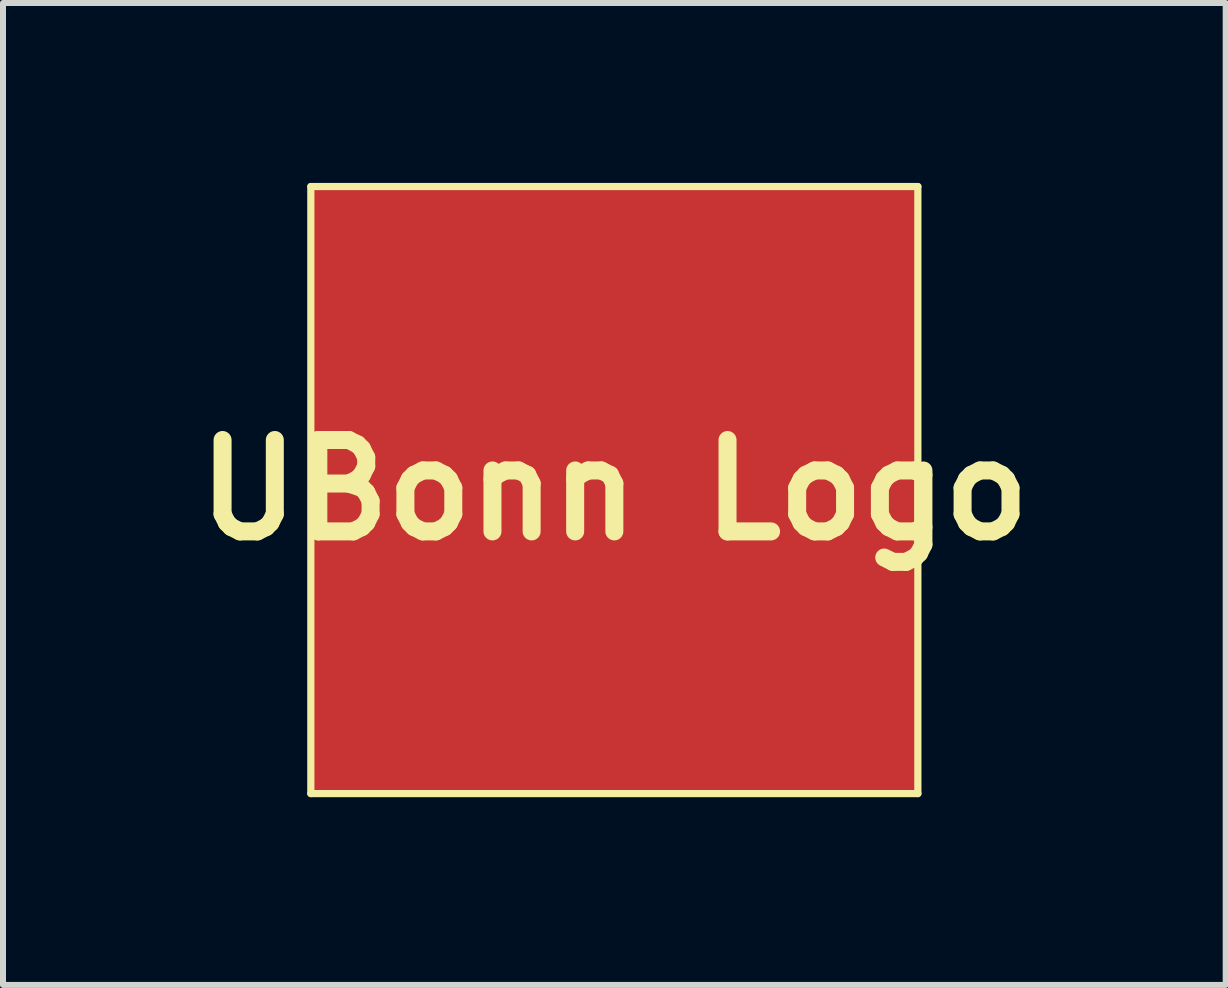
<source format=kicad_pcb>
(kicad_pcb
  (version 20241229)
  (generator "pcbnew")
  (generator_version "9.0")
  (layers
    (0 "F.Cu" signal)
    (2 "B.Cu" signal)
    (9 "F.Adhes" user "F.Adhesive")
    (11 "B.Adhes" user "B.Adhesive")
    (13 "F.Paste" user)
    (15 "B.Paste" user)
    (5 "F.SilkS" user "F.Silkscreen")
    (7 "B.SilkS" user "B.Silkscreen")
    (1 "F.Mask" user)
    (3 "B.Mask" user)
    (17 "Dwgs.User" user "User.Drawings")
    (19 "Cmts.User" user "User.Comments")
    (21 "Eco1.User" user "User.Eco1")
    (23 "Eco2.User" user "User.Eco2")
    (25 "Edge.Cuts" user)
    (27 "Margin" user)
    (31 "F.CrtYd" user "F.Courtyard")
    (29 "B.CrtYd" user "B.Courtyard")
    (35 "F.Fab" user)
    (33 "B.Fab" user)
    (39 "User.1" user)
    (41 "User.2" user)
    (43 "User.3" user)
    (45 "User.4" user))
  (footprint "UBonn Logo"
    (layer "F.Cu")
    (at 2.192 10.12)
    (property "Reference" "UBonn Logo" (at 5 -5 0) (layer "F.SilkS") (effects (font (size 1.524 1.524) (thickness 0.3))))
    (attr board_only exclude_from_bom)
    (fp_rect (start 0 -10) (end 10 0) (stroke (width 0.12) (type solid)) (fill yes) (layer "F.Cu"))
    (fp_poly (pts (xy 4.032 -6.446) (xy 4.024 -6.438) (xy 4.016 -6.446) (xy 4.024 -6.454) (xy 4.032 -6.446)) (stroke (width 0.01) (type solid)) (fill yes) (layer "F.Mask"))
    (fp_poly (pts (xy 4.143 -6.558) (xy 4.135 -6.55) (xy 4.127 -6.558) (xy 4.135 -6.566) (xy 4.143 -6.558)) (stroke (width 0.01) (type solid)) (fill yes) (layer "F.Mask"))
    (fp_poly (pts (xy 9.35 -3.802) (xy 9.064 -3.802) (xy 9.064 -5.559) (xy 9.35 -5.559) (xy 9.35 -3.802)) (stroke (width 0.01) (type solid)) (fill yes) (layer "F.Mask"))
    (fp_poly (pts (xy 0.091 -3.232) (xy 0.111 -3.232) (xy 0.162 -3.231) (xy 0.242 -3.231) (xy 0.351 -3.231) (xy 0.486 -3.231) (xy 0.647 -3.231) (xy 0.832 -3.23) (xy 1.04 -3.23) (xy 1.271 -3.23) (xy 1.522 -3.23) (xy 1.792 -3.229) (xy 2.081 -3.229) (xy 2.387 -3.229) (xy 2.708 -3.229) (xy 3.044 -3.229) (xy 3.394 -3.229) (xy 3.755 -3.228) (xy 4.128 -3.228) (xy 4.51 -3.228) (xy 4.901 -3.228) (xy 5.067 -3.228) (xy 9.985 -3.227) (xy 9.985 -2.828) (xy 5.008 -2.823) (xy 0.031 -2.819) (xy 0.031 -3.235) (xy 0.091 -3.232)) (stroke (width 0.01) (type solid)) (fill yes) (layer "F.Mask"))
    (fp_poly (pts (xy 5.782 -4.924) (xy 5.784 -4.754) (xy 5.786 -4.613) (xy 5.788 -4.498) (xy 5.792 -4.405) (xy 5.796 -4.331) (xy 5.803 -4.274) (xy 5.811 -4.229) (xy 5.822 -4.194) (xy 5.835 -4.166) (xy 5.852 -4.142) (xy 5.872 -4.117) (xy 5.874 -4.115) (xy 5.936 -4.067) (xy 6.017 -4.035) (xy 6.109 -4.019) (xy 6.204 -4.021) (xy 6.295 -4.039) (xy 6.374 -4.074) (xy 6.422 -4.114) (xy 6.443 -4.138) (xy 6.46 -4.162) (xy 6.473 -4.19) (xy 6.484 -4.224) (xy 6.492 -4.267) (xy 6.499 -4.324) (xy 6.503 -4.396) (xy 6.506 -4.488) (xy 6.507 -4.602) (xy 6.508 -4.741) (xy 6.508 -4.908) (xy 6.508 -4.926) (xy 6.508 -5.559) (xy 6.812 -5.559) (xy 6.806 -4.884) (xy 6.804 -4.717) (xy 6.803 -4.578) (xy 6.801 -4.464) (xy 6.799 -4.373) (xy 6.796 -4.301) (xy 6.793 -4.246) (xy 6.789 -4.202) (xy 6.784 -4.169) (xy 6.778 -4.141) (xy 6.772 -4.121) (xy 6.721 -4.007) (xy 6.651 -3.918) (xy 6.559 -3.85) (xy 6.468 -3.81) (xy 6.418 -3.799) (xy 6.345 -3.789) (xy 6.259 -3.781) (xy 6.168 -3.776) (xy 6.083 -3.774) (xy 6.011 -3.777) (xy 5.976 -3.78) (xy 5.838 -3.814) (xy 5.724 -3.868) (xy 5.635 -3.941) (xy 5.568 -4.035) (xy 5.531 -4.128) (xy 5.517 -4.182) (xy 5.505 -4.244) (xy 5.496 -4.317) (xy 5.489 -4.405) (xy 5.483 -4.511) (xy 5.48 -4.639) (xy 5.478 -4.791) (xy 5.477 -4.971) (xy 5.477 -5.02) (xy 5.476 -5.559) (xy 5.776 -5.559) (xy 5.782 -4.924)) (stroke (width 0.01) (type solid)) (fill yes) (layer "F.Mask"))
    (fp_poly (pts (xy 7.338 -2.262) (xy 7.484 -2.26) (xy 7.484 -1.386) (xy 7.484 -1.189) (xy 7.484 -1.022) (xy 7.483 -0.882) (xy 7.482 -0.768) (xy 7.48 -0.677) (xy 7.478 -0.606) (xy 7.475 -0.555) (xy 7.472 -0.52) (xy 7.468 -0.499) (xy 7.464 -0.492) (xy 7.438 -0.482) (xy 7.389 -0.473) (xy 7.324 -0.468) (xy 7.252 -0.465) (xy 7.181 -0.465) (xy 7.119 -0.468) (xy 7.075 -0.475) (xy 7.066 -0.478) (xy 7.048 -0.489) (xy 7.03 -0.509) (xy 7.008 -0.543) (xy 6.981 -0.593) (xy 6.946 -0.664) (xy 6.902 -0.76) (xy 6.89 -0.787) (xy 6.844 -0.887) (xy 6.799 -0.986) (xy 6.757 -1.078) (xy 6.722 -1.154) (xy 6.698 -1.206) (xy 6.626 -1.364) (xy 6.561 -1.505) (xy 6.505 -1.63) (xy 6.459 -1.734) (xy 6.423 -1.816) (xy 6.4 -1.874) (xy 6.389 -1.905) (xy 6.389 -1.905) (xy 6.375 -1.937) (xy 6.36 -1.949) (xy 6.355 -1.94) (xy 6.351 -1.912) (xy 6.349 -1.862) (xy 6.347 -1.79) (xy 6.346 -1.694) (xy 6.345 -1.571) (xy 6.345 -1.42) (xy 6.346 -1.24) (xy 6.347 -1.206) (xy 6.352 -0.463) (xy 6.048 -0.463) (xy 6.048 -2.22) (xy 6.091 -2.242) (xy 6.131 -2.254) (xy 6.195 -2.26) (xy 6.286 -2.261) (xy 6.297 -2.261) (xy 6.371 -2.26) (xy 6.425 -2.255) (xy 6.466 -2.244) (xy 6.498 -2.222) (xy 6.526 -2.185) (xy 6.556 -2.128) (xy 6.592 -2.049) (xy 6.608 -2.013) (xy 6.67 -1.875) (xy 6.72 -1.763) (xy 6.761 -1.673) (xy 6.794 -1.6) (xy 6.82 -1.542) (xy 6.842 -1.494) (xy 6.861 -1.454) (xy 6.895 -1.381) (xy 6.932 -1.3) (xy 6.956 -1.247) (xy 6.992 -1.166) (xy 7.019 -1.107) (xy 7.04 -1.058) (xy 7.061 -1.013) (xy 7.084 -0.963) (xy 7.102 -0.922) (xy 7.13 -0.866) (xy 7.154 -0.823) (xy 7.171 -0.801) (xy 7.175 -0.799) (xy 7.179 -0.815) (xy 7.183 -0.862) (xy 7.186 -0.941) (xy 7.188 -1.051) (xy 7.19 -1.191) (xy 7.19 -1.362) (xy 7.191 -1.531) (xy 7.191 -2.263) (xy 7.338 -2.262)) (stroke (width 0.01) (type solid)) (fill yes) (layer "F.Mask"))
    (fp_poly (pts (xy 7.384 -5.561) (xy 7.429 -5.559) (xy 7.451 -5.559) (xy 7.528 -5.558) (xy 7.581 -5.555) (xy 7.616 -5.548) (xy 7.642 -5.537) (xy 7.656 -5.527) (xy 7.689 -5.493) (xy 7.708 -5.46) (xy 7.719 -5.431) (xy 7.74 -5.382) (xy 7.769 -5.318) (xy 7.796 -5.259) (xy 7.827 -5.193) (xy 7.852 -5.138) (xy 7.868 -5.101) (xy 7.873 -5.087) (xy 7.88 -5.071) (xy 7.897 -5.032) (xy 7.923 -4.976) (xy 7.955 -4.907) (xy 7.958 -4.901) (xy 7.992 -4.827) (xy 8.035 -4.732) (xy 8.084 -4.626) (xy 8.133 -4.516) (xy 8.176 -4.421) (xy 8.229 -4.304) (xy 8.272 -4.215) (xy 8.305 -4.156) (xy 8.327 -4.125) (xy 8.334 -4.121) (xy 8.339 -4.124) (xy 8.344 -4.135) (xy 8.348 -4.156) (xy 8.35 -4.19) (xy 8.353 -4.239) (xy 8.354 -4.307) (xy 8.354 -4.395) (xy 8.354 -4.507) (xy 8.354 -4.646) (xy 8.353 -4.813) (xy 8.352 -4.84) (xy 8.347 -5.559) (xy 8.635 -5.559) (xy 8.635 -3.852) (xy 8.6 -3.827) (xy 8.573 -3.815) (xy 8.531 -3.807) (xy 8.468 -3.803) (xy 8.395 -3.802) (xy 8.225 -3.802) (xy 8.184 -3.851) (xy 8.158 -3.886) (xy 8.144 -3.911) (xy 8.143 -3.915) (xy 8.137 -3.935) (xy 8.119 -3.977) (xy 8.093 -4.035) (xy 8.064 -4.099) (xy 8.033 -4.166) (xy 8.007 -4.221) (xy 7.99 -4.259) (xy 7.984 -4.274) (xy 7.978 -4.29) (xy 7.961 -4.329) (xy 7.937 -4.382) (xy 7.923 -4.413) (xy 7.865 -4.536) (xy 7.808 -4.659) (xy 7.754 -4.779) (xy 7.703 -4.892) (xy 7.657 -4.994) (xy 7.619 -5.081) (xy 7.59 -5.15) (xy 7.572 -5.196) (xy 7.566 -5.213) (xy 7.55 -5.246) (xy 7.53 -5.253) (xy 7.525 -5.248) (xy 7.52 -5.237) (xy 7.516 -5.215) (xy 7.513 -5.18) (xy 7.511 -5.13) (xy 7.509 -5.062) (xy 7.508 -4.973) (xy 7.508 -4.86) (xy 7.507 -4.721) (xy 7.508 -4.554) (xy 7.508 -4.525) (xy 7.509 -3.802) (xy 7.223 -3.802) (xy 7.223 -4.649) (xy 7.222 -4.843) (xy 7.222 -5.008) (xy 7.222 -5.145) (xy 7.223 -5.258) (xy 7.226 -5.349) (xy 7.232 -5.42) (xy 7.24 -5.473) (xy 7.251 -5.511) (xy 7.267 -5.537) (xy 7.288 -5.552) (xy 7.314 -5.56) (xy 7.346 -5.562) (xy 7.384 -5.561)) (stroke (width 0.01) (type solid)) (fill yes) (layer "F.Mask"))
    (fp_poly (pts (xy 5.088 -2.286) (xy 5.182 -2.273) (xy 5.198 -2.271) (xy 5.301 -2.247) (xy 5.382 -2.213) (xy 5.453 -2.163) (xy 5.484 -2.133) (xy 5.538 -2.072) (xy 5.581 -2.004) (xy 5.615 -1.926) (xy 5.641 -1.833) (xy 5.659 -1.721) (xy 5.671 -1.586) (xy 5.678 -1.424) (xy 5.678 -1.422) (xy 5.678 -1.22) (xy 5.667 -1.046) (xy 5.642 -0.899) (xy 5.604 -0.775) (xy 5.552 -0.674) (xy 5.484 -0.593) (xy 5.401 -0.53) (xy 5.301 -0.484) (xy 5.3 -0.484) (xy 5.236 -0.464) (xy 5.175 -0.451) (xy 5.105 -0.443) (xy 5.016 -0.439) (xy 5 -0.438) (xy 4.922 -0.437) (xy 4.851 -0.437) (xy 4.797 -0.439) (xy 4.77 -0.441) (xy 4.643 -0.468) (xy 4.535 -0.508) (xy 4.451 -0.56) (xy 4.428 -0.581) (xy 4.378 -0.636) (xy 4.34 -0.688) (xy 4.31 -0.746) (xy 4.284 -0.819) (xy 4.26 -0.904) (xy 4.247 -0.973) (xy 4.237 -1.067) (xy 4.231 -1.179) (xy 4.228 -1.301) (xy 4.228 -1.427) (xy 4.23 -1.497) (xy 4.558 -1.497) (xy 4.558 -1.357) (xy 4.559 -1.294) (xy 4.562 -1.174) (xy 4.567 -1.081) (xy 4.574 -1.008) (xy 4.584 -0.952) (xy 4.599 -0.905) (xy 4.619 -0.864) (xy 4.646 -0.822) (xy 4.654 -0.81) (xy 4.708 -0.759) (xy 4.784 -0.722) (xy 4.875 -0.701) (xy 4.972 -0.696) (xy 5.07 -0.709) (xy 5.156 -0.738) (xy 5.218 -0.779) (xy 5.267 -0.838) (xy 5.305 -0.919) (xy 5.333 -1.024) (xy 5.351 -1.155) (xy 5.358 -1.233) (xy 5.36 -1.311) (xy 5.36 -1.4) (xy 5.356 -1.494) (xy 5.35 -1.586) (xy 5.342 -1.669) (xy 5.333 -1.735) (xy 5.323 -1.778) (xy 5.32 -1.784) (xy 5.285 -1.854) (xy 5.257 -1.902) (xy 5.233 -1.934) (xy 5.205 -1.957) (xy 5.17 -1.978) (xy 5.158 -1.985) (xy 5.108 -2.009) (xy 5.062 -2.022) (xy 5.007 -2.027) (xy 4.955 -2.027) (xy 4.851 -2.021) (xy 4.77 -2.001) (xy 4.706 -1.966) (xy 4.652 -1.911) (xy 4.631 -1.881) (xy 4.604 -1.833) (xy 4.585 -1.775) (xy 4.57 -1.702) (xy 4.562 -1.611) (xy 4.558 -1.497) (xy 4.23 -1.497) (xy 4.231 -1.55) (xy 4.238 -1.662) (xy 4.248 -1.757) (xy 4.26 -1.821) (xy 4.303 -1.956) (xy 4.357 -2.064) (xy 4.427 -2.148) (xy 4.515 -2.209) (xy 4.624 -2.251) (xy 4.759 -2.277) (xy 4.805 -2.282) (xy 4.913 -2.29) (xy 5.003 -2.291) (xy 5.088 -2.286)) (stroke (width 0.01) (type solid)) (fill yes) (layer "F.Mask"))
    (fp_poly (pts (xy 3.256 -2.274) (xy 3.392 -2.27) (xy 3.503 -2.263) (xy 3.592 -2.25) (xy 3.662 -2.232) (xy 3.718 -2.208) (xy 3.762 -2.175) (xy 3.798 -2.135) (xy 3.828 -2.086) (xy 3.848 -2.029) (xy 3.862 -1.952) (xy 3.871 -1.863) (xy 3.873 -1.773) (xy 3.867 -1.692) (xy 3.856 -1.639) (xy 3.818 -1.554) (xy 3.766 -1.486) (xy 3.703 -1.44) (xy 3.635 -1.422) (xy 3.628 -1.422) (xy 3.595 -1.413) (xy 3.587 -1.398) (xy 3.601 -1.379) (xy 3.631 -1.374) (xy 3.673 -1.366) (xy 3.723 -1.347) (xy 3.738 -1.34) (xy 3.812 -1.286) (xy 3.867 -1.215) (xy 3.903 -1.125) (xy 3.921 -1.012) (xy 3.922 -0.875) (xy 3.92 -0.837) (xy 3.906 -0.729) (xy 3.882 -0.646) (xy 3.845 -0.584) (xy 3.792 -0.536) (xy 3.785 -0.531) (xy 3.741 -0.506) (xy 3.692 -0.486) (xy 3.633 -0.471) (xy 3.56 -0.461) (xy 3.469 -0.454) (xy 3.356 -0.451) (xy 3.217 -0.45) (xy 3.159 -0.45) (xy 3.048 -0.451) (xy 2.944 -0.453) (xy 2.851 -0.454) (xy 2.777 -0.456) (xy 2.725 -0.458) (xy 2.71 -0.459) (xy 2.635 -0.465) (xy 2.635 -0.683) (xy 2.952 -0.683) (xy 3.202 -0.69) (xy 3.306 -0.693) (xy 3.384 -0.698) (xy 3.441 -0.705) (xy 3.482 -0.714) (xy 3.51 -0.724) (xy 3.562 -0.761) (xy 3.596 -0.814) (xy 3.614 -0.888) (xy 3.617 -0.987) (xy 3.617 -1.004) (xy 3.609 -1.087) (xy 3.591 -1.153) (xy 3.561 -1.203) (xy 3.514 -1.239) (xy 3.447 -1.263) (xy 3.357 -1.279) (xy 3.24 -1.288) (xy 3.186 -1.29) (xy 2.952 -1.298) (xy 2.952 -0.683) (xy 2.635 -0.683) (xy 2.635 -1.359) (xy 2.635 -1.498) (xy 2.951 -1.498) (xy 3.186 -1.504) (xy 3.302 -1.509) (xy 3.388 -1.517) (xy 3.445 -1.527) (xy 3.467 -1.534) (xy 3.523 -1.577) (xy 3.559 -1.642) (xy 3.576 -1.73) (xy 3.577 -1.783) (xy 3.569 -1.876) (xy 3.543 -1.945) (xy 3.5 -1.99) (xy 3.456 -2.011) (xy 3.421 -2.017) (xy 3.362 -2.023) (xy 3.287 -2.028) (xy 3.203 -2.031) (xy 3.182 -2.032) (xy 2.96 -2.037) (xy 2.956 -1.767) (xy 2.951 -1.498) (xy 2.635 -1.498) (xy 2.635 -1.553) (xy 2.635 -1.716) (xy 2.636 -1.853) (xy 2.636 -1.965) (xy 2.638 -2.055) (xy 2.639 -2.125) (xy 2.642 -2.178) (xy 2.644 -2.215) (xy 2.648 -2.24) (xy 2.652 -2.255) (xy 2.657 -2.262) (xy 2.659 -2.263) (xy 2.681 -2.265) (xy 2.73 -2.268) (xy 2.802 -2.27) (xy 2.892 -2.272) (xy 2.996 -2.273) (xy 3.092 -2.274) (xy 3.256 -2.274)) (stroke (width 0.01) (type solid)) (fill yes) (layer "F.Mask"))
    (fp_poly (pts (xy 9.226 -2.267) (xy 9.35 -2.264) (xy 9.35 -1.389) (xy 9.35 -1.199) (xy 9.349 -1.038) (xy 9.349 -0.904) (xy 9.348 -0.794) (xy 9.347 -0.706) (xy 9.345 -0.637) (xy 9.343 -0.586) (xy 9.34 -0.548) (xy 9.336 -0.522) (xy 9.332 -0.506) (xy 9.327 -0.496) (xy 9.324 -0.493) (xy 9.295 -0.482) (xy 9.243 -0.474) (xy 9.177 -0.468) (xy 9.105 -0.465) (xy 9.034 -0.465) (xy 8.975 -0.469) (xy 8.935 -0.477) (xy 8.933 -0.477) (xy 8.919 -0.485) (xy 8.904 -0.498) (xy 8.887 -0.519) (xy 8.868 -0.551) (xy 8.843 -0.597) (xy 8.812 -0.66) (xy 8.774 -0.742) (xy 8.727 -0.847) (xy 8.669 -0.976) (xy 8.635 -1.054) (xy 8.597 -1.139) (xy 8.553 -1.236) (xy 8.509 -1.33) (xy 8.492 -1.366) (xy 8.459 -1.437) (xy 8.422 -1.52) (xy 8.382 -1.609) (xy 8.343 -1.698) (xy 8.307 -1.78) (xy 8.278 -1.849) (xy 8.257 -1.901) (xy 8.248 -1.922) (xy 8.233 -1.944) (xy 8.222 -1.946) (xy 8.218 -1.929) (xy 8.214 -1.882) (xy 8.211 -1.804) (xy 8.209 -1.696) (xy 8.207 -1.556) (xy 8.206 -1.385) (xy 8.206 -1.202) (xy 8.207 -0.463) (xy 7.904 -0.463) (xy 7.908 -1.333) (xy 7.909 -1.523) (xy 7.911 -1.683) (xy 7.912 -1.816) (xy 7.913 -1.925) (xy 7.915 -2.013) (xy 7.917 -2.081) (xy 7.919 -2.133) (xy 7.922 -2.17) (xy 7.926 -2.197) (xy 7.931 -2.214) (xy 7.936 -2.225) (xy 7.941 -2.232) (xy 7.959 -2.244) (xy 7.985 -2.253) (xy 8.026 -2.258) (xy 8.089 -2.26) (xy 8.149 -2.26) (xy 8.235 -2.259) (xy 8.296 -2.255) (xy 8.338 -2.244) (xy 8.368 -2.223) (xy 8.392 -2.189) (xy 8.417 -2.138) (xy 8.422 -2.127) (xy 8.45 -2.066) (xy 8.475 -2.013) (xy 8.498 -1.963) (xy 8.521 -1.913) (xy 8.546 -1.858) (xy 8.574 -1.796) (xy 8.608 -1.723) (xy 8.648 -1.634) (xy 8.697 -1.527) (xy 8.756 -1.396) (xy 8.804 -1.29) (xy 8.847 -1.194) (xy 8.884 -1.107) (xy 8.913 -1.034) (xy 8.934 -0.979) (xy 8.943 -0.947) (xy 8.943 -0.94) (xy 8.942 -0.929) (xy 8.948 -0.932) (xy 8.963 -0.924) (xy 8.982 -0.894) (xy 8.992 -0.87) (xy 9.012 -0.828) (xy 9.033 -0.802) (xy 9.042 -0.799) (xy 9.047 -0.802) (xy 9.052 -0.815) (xy 9.055 -0.839) (xy 9.058 -0.877) (xy 9.06 -0.932) (xy 9.061 -1.006) (xy 9.062 -1.103) (xy 9.062 -1.223) (xy 9.061 -1.371) (xy 9.06 -1.525) (xy 9.059 -1.699) (xy 9.059 -1.844) (xy 9.059 -1.962) (xy 9.06 -2.056) (xy 9.061 -2.128) (xy 9.063 -2.182) (xy 9.066 -2.219) (xy 9.07 -2.243) (xy 9.074 -2.256) (xy 9.079 -2.261) (xy 9.105 -2.265) (xy 9.154 -2.267) (xy 9.215 -2.267) (xy 9.226 -2.267)) (stroke (width 0.01) (type solid)) (fill yes) (layer "F.Mask"))
    (fp_poly (pts (xy 6.776 -9.956) (xy 6.763 -9.92) (xy 6.742 -9.865) (xy 6.718 -9.802) (xy 6.713 -9.788) (xy 6.685 -9.715) (xy 6.655 -9.64) (xy 6.629 -9.579) (xy 6.627 -9.576) (xy 6.606 -9.528) (xy 6.592 -9.493) (xy 6.588 -9.479) (xy 6.581 -9.459) (xy 6.562 -9.414) (xy 6.532 -9.35) (xy 6.495 -9.27) (xy 6.452 -9.18) (xy 6.405 -9.083) (xy 6.357 -8.984) (xy 6.309 -8.888) (xy 6.264 -8.798) (xy 6.223 -8.719) (xy 6.199 -8.674) (xy 6.042 -8.396) (xy 5.867 -8.109) (xy 5.678 -7.82) (xy 5.481 -7.536) (xy 5.28 -7.263) (xy 5.078 -7.007) (xy 4.882 -6.775) (xy 4.88 -6.773) (xy 4.668 -6.539) (xy 4.468 -6.328) (xy 4.273 -6.135) (xy 4.08 -5.954) (xy 3.883 -5.782) (xy 3.746 -5.669) (xy 3.347 -5.365) (xy 2.939 -5.092) (xy 2.521 -4.848) (xy 2.094 -4.635) (xy 1.658 -4.453) (xy 1.531 -4.406) (xy 1.419 -4.367) (xy 1.296 -4.327) (xy 1.169 -4.287) (xy 1.043 -4.25) (xy 0.927 -4.217) (xy 0.826 -4.19) (xy 0.747 -4.172) (xy 0.738 -4.17) (xy 0.677 -4.157) (xy 0.622 -4.144) (xy 0.595 -4.136) (xy 0.565 -4.129) (xy 0.511 -4.119) (xy 0.441 -4.105) (xy 0.361 -4.091) (xy 0.277 -4.076) (xy 0.198 -4.063) (xy 0.129 -4.052) (xy 0.078 -4.044) (xy 0.051 -4.042) (xy 0.042 -4.05) (xy 0.036 -4.079) (xy 0.033 -4.131) (xy 0.031 -4.209) (xy 0.031 -4.246) (xy 0.031 -4.451) (xy 0.186 -4.48) (xy 0.27 -4.495) (xy 0.36 -4.511) (xy 0.439 -4.525) (xy 0.46 -4.529) (xy 0.537 -4.545) (xy 0.65 -4.545) (xy 0.658 -4.537) (xy 0.666 -4.545) (xy 0.658 -4.553) (xy 0.65 -4.545) (xy 0.537 -4.545) (xy 0.59 -4.555) (xy 0.741 -4.591) (xy 0.903 -4.634) (xy 0.98 -4.657) (xy 1.063 -4.657) (xy 1.071 -4.649) (xy 1.079 -4.657) (xy 1.071 -4.665) (xy 1.063 -4.657) (xy 0.98 -4.657) (xy 1.071 -4.683) (xy 1.236 -4.734) (xy 1.393 -4.786) (xy 1.519 -4.832) (xy 1.571 -4.832) (xy 1.579 -4.824) (xy 1.587 -4.832) (xy 1.579 -4.84) (xy 1.571 -4.832) (xy 1.519 -4.832) (xy 1.533 -4.837) (xy 1.649 -4.885) (xy 1.658 -4.889) (xy 1.704 -4.91) (xy 1.767 -4.937) (xy 1.784 -4.944) (xy 1.841 -4.944) (xy 1.849 -4.936) (xy 1.857 -4.944) (xy 1.849 -4.952) (xy 1.841 -4.944) (xy 1.784 -4.944) (xy 1.834 -4.966) (xy 1.841 -4.969) (xy 2.155 -5.116) (xy 2.478 -5.292) (xy 2.807 -5.493) (xy 3.139 -5.72) (xy 3.264 -5.811) (xy 3.339 -5.866) (xy 3.405 -5.913) (xy 3.458 -5.949) (xy 3.495 -5.972) (xy 3.509 -5.978) (xy 3.52 -5.984) (xy 3.52 -5.988) (xy 3.529 -6.003) (xy 3.558 -6.033) (xy 3.602 -6.074) (xy 3.635 -6.103) (xy 3.687 -6.149) (xy 3.732 -6.188) (xy 3.762 -6.214) (xy 3.771 -6.222) (xy 3.833 -6.279) (xy 3.893 -6.332) (xy 3.946 -6.377) (xy 3.988 -6.41) (xy 4.013 -6.428) (xy 4.017 -6.43) (xy 4.03 -6.441) (xy 4.03 -6.443) (xy 4.04 -6.465) (xy 4.065 -6.495) (xy 4.096 -6.524) (xy 4.123 -6.543) (xy 4.133 -6.545) (xy 4.147 -6.553) (xy 4.147 -6.56) (xy 4.157 -6.579) (xy 4.183 -6.611) (xy 4.219 -6.649) (xy 4.259 -6.685) (xy 4.294 -6.715) (xy 4.318 -6.729) (xy 4.322 -6.729) (xy 4.329 -6.734) (xy 4.327 -6.739) (xy 4.329 -6.759) (xy 4.347 -6.778) (xy 4.368 -6.783) (xy 4.37 -6.781) (xy 4.375 -6.781) (xy 4.373 -6.784) (xy 4.375 -6.794) (xy 4.389 -6.817) (xy 4.418 -6.853) (xy 4.465 -6.906) (xy 4.53 -6.978) (xy 4.57 -7.021) (xy 4.613 -7.069) (xy 4.635 -7.069) (xy 4.643 -7.061) (xy 4.651 -7.069) (xy 4.643 -7.077) (xy 4.635 -7.069) (xy 4.613 -7.069) (xy 4.622 -7.079) (xy 4.683 -7.149) (xy 4.742 -7.22) (xy 4.759 -7.241) (xy 4.804 -7.294) (xy 4.842 -7.332) (xy 4.868 -7.353) (xy 4.877 -7.354) (xy 4.886 -7.353) (xy 4.883 -7.362) (xy 4.886 -7.384) (xy 4.907 -7.417) (xy 4.92 -7.432) (xy 4.949 -7.466) (xy 4.966 -7.491) (xy 4.968 -7.496) (xy 4.981 -7.507) (xy 4.993 -7.508) (xy 5.01 -7.515) (xy 5.01 -7.521) (xy 5.014 -7.54) (xy 5.035 -7.574) (xy 5.052 -7.597) (xy 5.08 -7.631) (xy 5.101 -7.657) (xy 5.12 -7.682) (xy 5.143 -7.712) (xy 5.151 -7.724) (xy 5.159 -7.724) (xy 5.167 -7.716) (xy 5.175 -7.724) (xy 5.167 -7.732) (xy 5.159 -7.724) (xy 5.151 -7.724) (xy 5.173 -7.754) (xy 5.217 -7.814) (xy 5.227 -7.828) (xy 5.276 -7.894) (xy 5.324 -7.961) (xy 5.363 -8.017) (xy 5.379 -8.04) (xy 5.411 -8.08) (xy 5.436 -8.103) (xy 5.448 -8.105) (xy 5.458 -8.104) (xy 5.454 -8.112) (xy 5.455 -8.135) (xy 5.471 -8.167) (xy 5.494 -8.197) (xy 5.517 -8.215) (xy 5.529 -8.216) (xy 5.537 -8.216) (xy 5.532 -8.226) (xy 5.533 -8.252) (xy 5.552 -8.29) (xy 5.554 -8.292) (xy 5.576 -8.324) (xy 5.587 -8.344) (xy 5.587 -8.345) (xy 5.596 -8.362) (xy 5.596 -8.363) (xy 5.619 -8.363) (xy 5.627 -8.355) (xy 5.635 -8.363) (xy 5.627 -8.371) (xy 5.619 -8.363) (xy 5.596 -8.363) (xy 5.616 -8.396) (xy 5.633 -8.422) (xy 5.662 -8.467) (xy 5.701 -8.529) (xy 5.742 -8.597) (xy 5.76 -8.626) (xy 5.796 -8.686) (xy 5.826 -8.736) (xy 5.847 -8.769) (xy 5.853 -8.779) (xy 5.869 -8.806) (xy 5.896 -8.856) (xy 5.932 -8.925) (xy 5.974 -9.008) (xy 6.019 -9.099) (xy 6.065 -9.193) (xy 6.109 -9.285) (xy 6.15 -9.37) (xy 6.184 -9.443) (xy 6.204 -9.489) (xy 6.249 -9.596) (xy 6.281 -9.673) (xy 6.302 -9.673) (xy 6.31 -9.665) (xy 6.318 -9.673) (xy 6.31 -9.681) (xy 6.302 -9.673) (xy 6.281 -9.673) (xy 6.292 -9.698) (xy 6.329 -9.791) (xy 6.36 -9.871) (xy 6.383 -9.932) (xy 6.395 -9.971) (xy 6.397 -9.982) (xy 6.41 -9.99) (xy 6.448 -9.996) (xy 6.516 -9.999) (xy 6.595 -10) (xy 6.793 -10) (xy 6.776 -9.956)) (stroke (width 0.01) (type solid)) (fill yes) (layer "F.Mask"))
    (fp_line (start -0.06 -10.06) (end 10.06 -10.06) (stroke (width 0.12) (type default)) (layer "F.SilkS"))
    (fp_line (start -0.06 0.06) (end -0.06 -10.06) (stroke (width 0.12) (type default)) (layer "F.SilkS"))
    (fp_line (start 10.06 -10.06) (end 10.06 0.06) (stroke (width 0.12) (type default)) (layer "F.SilkS"))
    (fp_line (start 10.06 0.06) (end -0.06 0.06) (stroke (width 0.12) (type default)) (layer "F.SilkS")))
  (gr_rect
    (start -3 -3)
    (end 17.384 13.37)
    (stroke (width 0.1) (type default))
    (fill no)
    (layer "Edge.Cuts")))
</source>
